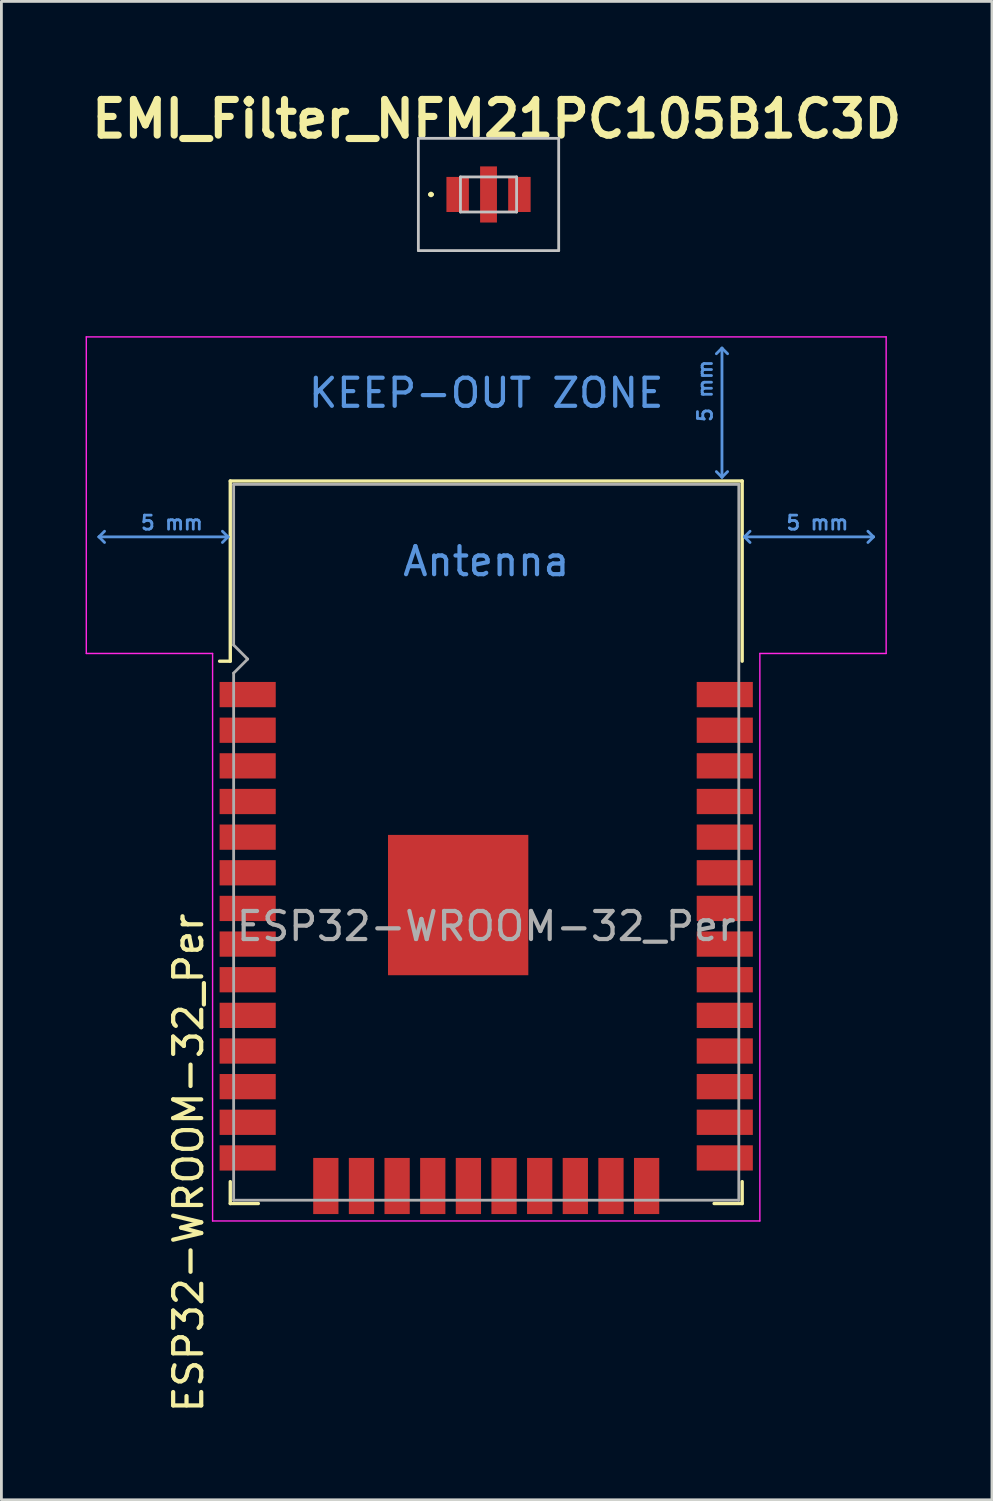
<source format=kicad_pcb>
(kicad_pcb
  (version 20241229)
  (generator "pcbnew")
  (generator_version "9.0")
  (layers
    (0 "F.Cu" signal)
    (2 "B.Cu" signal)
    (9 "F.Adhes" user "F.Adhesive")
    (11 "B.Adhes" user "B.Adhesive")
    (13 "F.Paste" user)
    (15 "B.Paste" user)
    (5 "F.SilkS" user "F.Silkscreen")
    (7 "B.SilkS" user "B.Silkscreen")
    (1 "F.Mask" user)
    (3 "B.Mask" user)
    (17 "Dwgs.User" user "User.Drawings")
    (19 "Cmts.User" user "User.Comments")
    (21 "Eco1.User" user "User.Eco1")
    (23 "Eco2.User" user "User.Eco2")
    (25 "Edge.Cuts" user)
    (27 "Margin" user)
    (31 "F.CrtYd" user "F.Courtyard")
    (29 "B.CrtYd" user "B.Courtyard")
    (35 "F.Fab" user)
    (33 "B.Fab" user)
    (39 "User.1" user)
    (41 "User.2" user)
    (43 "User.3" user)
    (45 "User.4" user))
  (footprint "ESP32-WROOM-32_Per"
    (layer "F.Cu")
    (at 14.275 29.954)
    (property "Reference" "ESP32-WROOM-32_Per" (at -10.61 8.43 90) (layer "F.SilkS") (effects (font (size 1 1) (thickness 0.15))))
    (attr smd)
    (fp_line (start -9.12 -15.865) (end -9.12 -9.445) (stroke (width 0.12) (type solid)) (layer "F.SilkS"))
    (fp_line (start -9.12 -15.865) (end 9.12 -15.865) (stroke (width 0.12) (type solid)) (layer "F.SilkS"))
    (fp_line (start -9.12 -9.445) (end -9.5 -9.445) (stroke (width 0.12) (type solid)) (layer "F.SilkS"))
    (fp_line (start -9.12 9.1) (end -9.12 9.88) (stroke (width 0.12) (type solid)) (layer "F.SilkS"))
    (fp_line (start -9.12 9.88) (end -8.12 9.88) (stroke (width 0.12) (type solid)) (layer "F.SilkS"))
    (fp_line (start 9.12 -15.865) (end 9.12 -9.445) (stroke (width 0.12) (type solid)) (layer "F.SilkS"))
    (fp_line (start 9.12 9.1) (end 9.12 9.88) (stroke (width 0.12) (type solid)) (layer "F.SilkS"))
    (fp_line (start 9.12 9.88) (end 8.12 9.88) (stroke (width 0.12) (type solid)) (layer "F.SilkS"))
    (fp_line (start -13.8 -13.875) (end -13.6 -14.075) (stroke (width 0.1) (type solid)) (layer "Cmts.User"))
    (fp_line (start -13.8 -13.875) (end -13.6 -13.675) (stroke (width 0.1) (type solid)) (layer "Cmts.User"))
    (fp_line (start -13.8 -13.875) (end -9.2 -13.875) (stroke (width 0.1) (type solid)) (layer "Cmts.User"))
    (fp_line (start -9.2 -13.875) (end -9.4 -14.075) (stroke (width 0.1) (type solid)) (layer "Cmts.User"))
    (fp_line (start -9.2 -13.875) (end -9.4 -13.675) (stroke (width 0.1) (type solid)) (layer "Cmts.User"))
    (fp_line (start 8.4 -20.6) (end 8.2 -20.4) (stroke (width 0.1) (type solid)) (layer "Cmts.User"))
    (fp_line (start 8.4 -20.6) (end 8.6 -20.4) (stroke (width 0.1) (type solid)) (layer "Cmts.User"))
    (fp_line (start 8.4 -16) (end 8.2 -16.2) (stroke (width 0.1) (type solid)) (layer "Cmts.User"))
    (fp_line (start 8.4 -16) (end 8.4 -20.6) (stroke (width 0.1) (type solid)) (layer "Cmts.User"))
    (fp_line (start 8.4 -16) (end 8.6 -16.2) (stroke (width 0.1) (type solid)) (layer "Cmts.User"))
    (fp_line (start 9.2 -13.875) (end 9.4 -14.075) (stroke (width 0.1) (type solid)) (layer "Cmts.User"))
    (fp_line (start 9.2 -13.875) (end 9.4 -13.675) (stroke (width 0.1) (type solid)) (layer "Cmts.User"))
    (fp_line (start 9.2 -13.875) (end 13.8 -13.875) (stroke (width 0.1) (type solid)) (layer "Cmts.User"))
    (fp_line (start 13.8 -13.875) (end 13.6 -14.075) (stroke (width 0.1) (type solid)) (layer "Cmts.User"))
    (fp_line (start 13.8 -13.875) (end 13.6 -13.675) (stroke (width 0.1) (type solid)) (layer "Cmts.User"))
    (fp_line (start -14.25 -21) (end -14.25 -9.72) (stroke (width 0.05) (type solid)) (layer "F.CrtYd"))
    (fp_line (start -14.25 -21) (end 14.25 -21) (stroke (width 0.05) (type solid)) (layer "F.CrtYd"))
    (fp_line (start -14.25 -9.72) (end -9.75 -9.72) (stroke (width 0.05) (type solid)) (layer "F.CrtYd"))
    (fp_line (start -9.75 10.5) (end -9.75 -9.72) (stroke (width 0.05) (type solid)) (layer "F.CrtYd"))
    (fp_line (start -9.75 10.5) (end 9.75 10.5) (stroke (width 0.05) (type solid)) (layer "F.CrtYd"))
    (fp_line (start 9.75 -9.72) (end 9.75 10.5) (stroke (width 0.05) (type solid)) (layer "F.CrtYd"))
    (fp_line (start 9.75 -9.72) (end 14.25 -9.72) (stroke (width 0.05) (type solid)) (layer "F.CrtYd"))
    (fp_line (start 14.25 -21) (end 14.25 -9.72) (stroke (width 0.05) (type solid)) (layer "F.CrtYd"))
    (fp_line (start -9 -15.745) (end -9 -10.02) (stroke (width 0.1) (type solid)) (layer "F.Fab"))
    (fp_line (start -9 -15.745) (end 9 -15.745) (stroke (width 0.1) (type solid)) (layer "F.Fab"))
    (fp_line (start -9 -9.02) (end -9 9.76) (stroke (width 0.1) (type solid)) (layer "F.Fab"))
    (fp_line (start -9 -9.02) (end -8.5 -9.52) (stroke (width 0.1) (type solid)) (layer "F.Fab"))
    (fp_line (start -9 9.76) (end 9 9.76) (stroke (width 0.1) (type solid)) (layer "F.Fab"))
    (fp_line (start -8.5 -9.52) (end -9 -10.02) (stroke (width 0.1) (type solid)) (layer "F.Fab"))
    (fp_line (start 9 9.76) (end 9 -15.745) (stroke (width 0.1) (type solid)) (layer "F.Fab"))
    (fp_text user "5 mm" (at 11.8 -14.375 0) (layer "Cmts.User") (effects (font (size 0.5 0.5) (thickness 0.1))))
    (fp_text user "5 mm" (at 7.8 -19.075 90) (layer "Cmts.User") (effects (font (size 0.5 0.5) (thickness 0.1))))
    (fp_text user "KEEP-OUT ZONE" (at 0 -19 0) (layer "Cmts.User") (effects (font (size 1 1) (thickness 0.15))))
    (fp_text user "5 mm" (at -11.2 -14.375 0) (layer "Cmts.User") (effects (font (size 0.5 0.5) (thickness 0.1))))
    (fp_text user "Antenna" (at 0 -13 0) (layer "Cmts.User") (effects (font (size 1 1) (thickness 0.15))))
    (fp_text user "${REFERENCE}" (at 0 0 0) (layer "F.Fab") (effects (font (size 1 1) (thickness 0.15))))
    (pad "1" smd rect (at -8.5 -8.255) (size 2 0.9) (layers "F.Cu" "F.Mask" "F.Paste"))
    (pad "2" smd rect (at -8.5 -6.985) (size 2 0.9) (layers "F.Cu" "F.Mask" "F.Paste"))
    (pad "3" smd rect (at -8.5 -5.715) (size 2 0.9) (layers "F.Cu" "F.Mask" "F.Paste"))
    (pad "4" smd rect (at -8.5 -4.445) (size 2 0.9) (layers "F.Cu" "F.Mask" "F.Paste"))
    (pad "5" smd rect (at -8.5 -3.175) (size 2 0.9) (layers "F.Cu" "F.Mask" "F.Paste"))
    (pad "6" smd rect (at -8.5 -1.905) (size 2 0.9) (layers "F.Cu" "F.Mask" "F.Paste"))
    (pad "7" smd rect (at -8.5 -0.635) (size 2 0.9) (layers "F.Cu" "F.Mask" "F.Paste"))
    (pad "8" smd rect (at -8.5 0.635) (size 2 0.9) (layers "F.Cu" "F.Mask" "F.Paste"))
    (pad "9" smd rect (at -8.5 1.905) (size 2 0.9) (layers "F.Cu" "F.Mask" "F.Paste"))
    (pad "10" smd rect (at -8.5 3.175) (size 2 0.9) (layers "F.Cu" "F.Mask" "F.Paste"))
    (pad "11" smd rect (at -8.5 4.445) (size 2 0.9) (layers "F.Cu" "F.Mask" "F.Paste"))
    (pad "12" smd rect (at -8.5 5.715) (size 2 0.9) (layers "F.Cu" "F.Mask" "F.Paste"))
    (pad "13" smd rect (at -8.5 6.985) (size 2 0.9) (layers "F.Cu" "F.Mask" "F.Paste"))
    (pad "14" smd rect (at -8.5 8.255) (size 2 0.9) (layers "F.Cu" "F.Mask" "F.Paste"))
    (pad "15" smd rect (at -5.715 9.255 90) (size 2 0.9) (layers "F.Cu" "F.Mask" "F.Paste"))
    (pad "16" smd rect (at -4.445 9.255 90) (size 2 0.9) (layers "F.Cu" "F.Mask" "F.Paste"))
    (pad "17" smd rect (at -3.175 9.255 90) (size 2 0.9) (layers "F.Cu" "F.Mask" "F.Paste"))
    (pad "18" smd rect (at -1.905 9.255 90) (size 2 0.9) (layers "F.Cu" "F.Mask" "F.Paste"))
    (pad "19" smd rect (at -0.635 9.255 90) (size 2 0.9) (layers "F.Cu" "F.Mask" "F.Paste"))
    (pad "20" smd rect (at 0.635 9.255 90) (size 2 0.9) (layers "F.Cu" "F.Mask" "F.Paste"))
    (pad "21" smd rect (at 1.905 9.255 90) (size 2 0.9) (layers "F.Cu" "F.Mask" "F.Paste"))
    (pad "22" smd rect (at 3.175 9.255 90) (size 2 0.9) (layers "F.Cu" "F.Mask" "F.Paste"))
    (pad "23" smd rect (at 4.445 9.255 90) (size 2 0.9) (layers "F.Cu" "F.Mask" "F.Paste"))
    (pad "24" smd rect (at 5.715 9.255 90) (size 2 0.9) (layers "F.Cu" "F.Mask" "F.Paste"))
    (pad "25" smd rect (at 8.5 8.255) (size 2 0.9) (layers "F.Cu" "F.Mask" "F.Paste"))
    (pad "26" smd rect (at 8.5 6.985) (size 2 0.9) (layers "F.Cu" "F.Mask" "F.Paste"))
    (pad "27" smd rect (at 8.5 5.715) (size 2 0.9) (layers "F.Cu" "F.Mask" "F.Paste"))
    (pad "28" smd rect (at 8.5 4.445) (size 2 0.9) (layers "F.Cu" "F.Mask" "F.Paste"))
    (pad "29" smd rect (at 8.5 3.175) (size 2 0.9) (layers "F.Cu" "F.Mask" "F.Paste"))
    (pad "30" smd rect (at 8.5 1.905) (size 2 0.9) (layers "F.Cu" "F.Mask" "F.Paste"))
    (pad "31" smd rect (at 8.5 0.635) (size 2 0.9) (layers "F.Cu" "F.Mask" "F.Paste"))
    (pad "32" smd rect (at 8.5 -0.635) (size 2 0.9) (layers "F.Cu" "F.Mask" "F.Paste"))
    (pad "33" smd rect (at 8.5 -1.905) (size 2 0.9) (layers "F.Cu" "F.Mask" "F.Paste"))
    (pad "34" smd rect (at 8.5 -3.175) (size 2 0.9) (layers "F.Cu" "F.Mask" "F.Paste"))
    (pad "35" smd rect (at 8.5 -4.445) (size 2 0.9) (layers "F.Cu" "F.Mask" "F.Paste"))
    (pad "36" smd rect (at 8.5 -5.715) (size 2 0.9) (layers "F.Cu" "F.Mask" "F.Paste"))
    (pad "37" smd rect (at 8.5 -6.985) (size 2 0.9) (layers "F.Cu" "F.Mask" "F.Paste"))
    (pad "38" smd rect (at 8.5 -8.255) (size 2 0.9) (layers "F.Cu" "F.Mask" "F.Paste"))
    (pad "39" smd rect (at -1 -0.755) (size 5 5) (layers "F.Cu" "F.Mask" "F.Paste"))
    (zone (net_name "") (layers "F.Cu" "B.Cu") (hatch full 0.508) (connect_pads) (min_thickness 0.254) (filled_areas_thickness no) (keepout (tracks not_allowed) (vias not_allowed) (pads not_allowed) (copperpour not_allowed) (footprints not_allowed)) (placement (enabled no)) (fill) (polygon (pts (xy 0.275 19.984) (xy 28.275 19.984) (xy 28.275 9.204) (xy 0.275 9.204)))))
  (footprint "EMI_Filter_NFM21PC105B1C3D"
    (layer "F.Cu")
    (at 14.357 3.879)
    (property "Reference" "EMI_Filter_NFM21PC105B1C3D" (at 0.29 -2.69 0) (layer "F.SilkS") (effects (font (size 1.27 1.27) (thickness 0.254))))
    (attr smd)
    (fp_line (start -2.1 0) (end -2.1 0) (stroke (width 0.1) (type solid)) (layer "F.SilkS"))
    (fp_line (start -2 0) (end -2 0) (stroke (width 0.1) (type solid)) (layer "F.SilkS"))
    (fp_arc (start -2.1 0) (mid -2.05 -0.05) (end -2 0) (stroke (width 0.1) (type solid)) (layer "F.SilkS"))
    (fp_arc (start -2 0) (mid -2.05 0.05) (end -2.1 0) (stroke (width 0.1) (type solid)) (layer "F.SilkS"))
    (fp_line (start -2.5 -2) (end 2.5 -2) (stroke (width 0.1) (type solid)) (layer "Dwgs.User"))
    (fp_line (start -2.5 2) (end -2.5 -2) (stroke (width 0.1) (type solid)) (layer "Dwgs.User"))
    (fp_line (start -1 -0.625) (end 1 -0.625) (stroke (width 0.1) (type solid)) (layer "Dwgs.User"))
    (fp_line (start -1 0.625) (end -1 -0.625) (stroke (width 0.1) (type solid)) (layer "Dwgs.User"))
    (fp_line (start 1 -0.625) (end 1 0.625) (stroke (width 0.1) (type solid)) (layer "Dwgs.User"))
    (fp_line (start 1 0.625) (end -1 0.625) (stroke (width 0.1) (type solid)) (layer "Dwgs.User"))
    (fp_line (start 2.5 -2) (end 2.5 2) (stroke (width 0.1) (type solid)) (layer "Dwgs.User"))
    (fp_line (start 2.5 2) (end -2.5 2) (stroke (width 0.1) (type solid)) (layer "Dwgs.User"))
    (pad "1" smd rect (at -1.1 0) (size 0.8 1.25) (layers "F.Cu" "F.Mask" "F.Paste"))
    (pad "2" smd rect (at 0 0) (size 0.6 2) (layers "F.Cu" "F.Mask" "F.Paste"))
    (pad "3" smd rect (at 1.1 0) (size 0.8 1.25) (layers "F.Cu" "F.Mask" "F.Paste")))
  (gr_rect
    (start -3 -3)
    (end 32.295 50.39)
    (stroke (width 0.1) (type default))
    (fill no)
    (layer "Edge.Cuts")))
</source>
